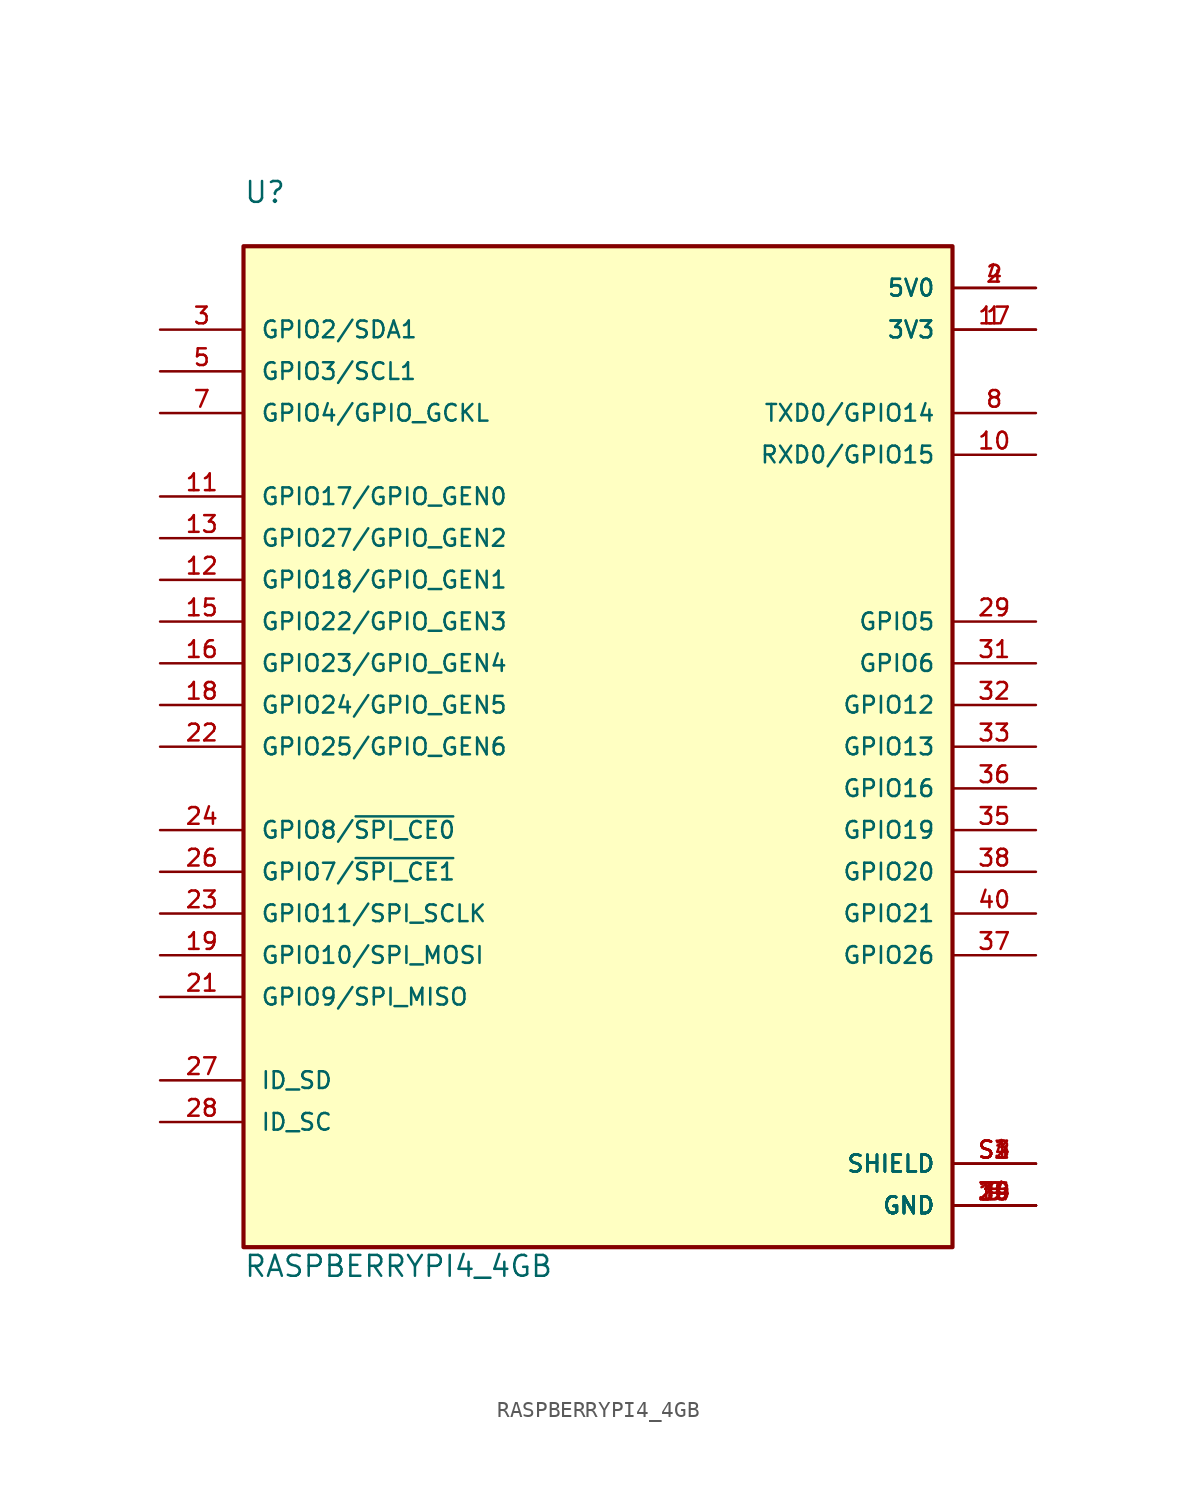
<source format=kicad_sym>
(kicad_symbol_lib
  (version 20211014)
  (generator kicad_symbol_editor)
  (symbol "RASPBERRYPI4_4GB"
    (pin_names
      (offset 1.016))
    (property "Reference" "U"
      (at -22.86 27.94 0)
      (effects (font (size 1.27 1.27)) (justify left bottom)))
    (property "Value" "RASPBERRYPI4_4GB"
      (at -22.86 -37.465 0)
      (effects (font (size 1.27 1.27)) (justify left bottom)))
    (property "ki_locked" ""
      (at 0 0 0)
      (effects (font (size 1.27 1.27))))
    (symbol "RASPBERRYPI4_4GB_0_0"
      (rectangle (start -22.86 -35.56) (end 20.32 25.4) (stroke (width 0.254) (type default) (color 0 0 0 0)) (fill (type background)))
      (pin power_in line (at 25.4 20.32 180) (length 5.08) (name "3V3" (effects (font (size 1.016 1.016)))) (number "1" (effects (font (size 1.016 1.016)))))
      (pin bidirectional line (at 25.4 12.7 180) (length 5.08) (name "RXD0/GPIO15" (effects (font (size 1.016 1.016)))) (number "10" (effects (font (size 1.016 1.016)))))
      (pin bidirectional line (at -27.94 10.16 0) (length 5.08) (name "GPIO17/GPIO_GEN0" (effects (font (size 1.016 1.016)))) (number "11" (effects (font (size 1.016 1.016)))))
      (pin bidirectional line (at -27.94 5.08 0) (length 5.08) (name "GPIO18/GPIO_GEN1" (effects (font (size 1.016 1.016)))) (number "12" (effects (font (size 1.016 1.016)))))
      (pin bidirectional line (at -27.94 7.62 0) (length 5.08) (name "GPIO27/GPIO_GEN2" (effects (font (size 1.016 1.016)))) (number "13" (effects (font (size 1.016 1.016)))))
      (pin power_in line (at 25.4 -33.02 180) (length 5.08) (name "GND" (effects (font (size 1.016 1.016)))) (number "14" (effects (font (size 1.016 1.016)))))
      (pin bidirectional line (at -27.94 2.54 0) (length 5.08) (name "GPIO22/GPIO_GEN3" (effects (font (size 1.016 1.016)))) (number "15" (effects (font (size 1.016 1.016)))))
      (pin bidirectional line (at -27.94 0 0) (length 5.08) (name "GPIO23/GPIO_GEN4" (effects (font (size 1.016 1.016)))) (number "16" (effects (font (size 1.016 1.016)))))
      (pin power_in line (at 25.4 20.32 180) (length 5.08) (name "3V3" (effects (font (size 1.016 1.016)))) (number "17" (effects (font (size 1.016 1.016)))))
      (pin bidirectional line (at -27.94 -2.54 0) (length 5.08) (name "GPIO24/GPIO_GEN5" (effects (font (size 1.016 1.016)))) (number "18" (effects (font (size 1.016 1.016)))))
      (pin bidirectional line (at -27.94 -17.78 0) (length 5.08) (name "GPIO10/SPI_MOSI" (effects (font (size 1.016 1.016)))) (number "19" (effects (font (size 1.016 1.016)))))
      (pin power_in line (at 25.4 22.86 180) (length 5.08) (name "5V0" (effects (font (size 1.016 1.016)))) (number "2" (effects (font (size 1.016 1.016)))))
      (pin power_in line (at 25.4 -33.02 180) (length 5.08) (name "GND" (effects (font (size 1.016 1.016)))) (number "20" (effects (font (size 1.016 1.016)))))
      (pin bidirectional line (at -27.94 -20.32 0) (length 5.08) (name "GPIO9/SPI_MISO" (effects (font (size 1.016 1.016)))) (number "21" (effects (font (size 1.016 1.016)))))
      (pin bidirectional line (at -27.94 -5.08 0) (length 5.08) (name "GPIO25/GPIO_GEN6" (effects (font (size 1.016 1.016)))) (number "22" (effects (font (size 1.016 1.016)))))
      (pin bidirectional line (at -27.94 -15.24 0) (length 5.08) (name "GPIO11/SPI_SCLK" (effects (font (size 1.016 1.016)))) (number "23" (effects (font (size 1.016 1.016)))))
      (pin bidirectional line (at -27.94 -10.16 0) (length 5.08) (name "GPIO8/~{SPI_CE0}" (effects (font (size 1.016 1.016)))) (number "24" (effects (font (size 1.016 1.016)))))
      (pin power_in line (at 25.4 -33.02 180) (length 5.08) (name "GND" (effects (font (size 1.016 1.016)))) (number "25" (effects (font (size 1.016 1.016)))))
      (pin bidirectional line (at -27.94 -12.7 0) (length 5.08) (name "GPIO7/~{SPI_CE1}" (effects (font (size 1.016 1.016)))) (number "26" (effects (font (size 1.016 1.016)))))
      (pin bidirectional line (at -27.94 -25.4 0) (length 5.08) (name "ID_SD" (effects (font (size 1.016 1.016)))) (number "27" (effects (font (size 1.016 1.016)))))
      (pin bidirectional line (at -27.94 -27.94 0) (length 5.08) (name "ID_SC" (effects (font (size 1.016 1.016)))) (number "28" (effects (font (size 1.016 1.016)))))
      (pin bidirectional line (at 25.4 2.54 180) (length 5.08) (name "GPIO5" (effects (font (size 1.016 1.016)))) (number "29" (effects (font (size 1.016 1.016)))))
      (pin bidirectional line (at -27.94 20.32 0) (length 5.08) (name "GPIO2/SDA1" (effects (font (size 1.016 1.016)))) (number "3" (effects (font (size 1.016 1.016)))))
      (pin power_in line (at 25.4 -33.02 180) (length 5.08) (name "GND" (effects (font (size 1.016 1.016)))) (number "30" (effects (font (size 1.016 1.016)))))
      (pin bidirectional line (at 25.4 0 180) (length 5.08) (name "GPIO6" (effects (font (size 1.016 1.016)))) (number "31" (effects (font (size 1.016 1.016)))))
      (pin bidirectional line (at 25.4 -2.54 180) (length 5.08) (name "GPIO12" (effects (font (size 1.016 1.016)))) (number "32" (effects (font (size 1.016 1.016)))))
      (pin bidirectional line (at 25.4 -5.08 180) (length 5.08) (name "GPIO13" (effects (font (size 1.016 1.016)))) (number "33" (effects (font (size 1.016 1.016)))))
      (pin power_in line (at 25.4 -33.02 180) (length 5.08) (name "GND" (effects (font (size 1.016 1.016)))) (number "34" (effects (font (size 1.016 1.016)))))
      (pin bidirectional line (at 25.4 -10.16 180) (length 5.08) (name "GPIO19" (effects (font (size 1.016 1.016)))) (number "35" (effects (font (size 1.016 1.016)))))
      (pin bidirectional line (at 25.4 -7.62 180) (length 5.08) (name "GPIO16" (effects (font (size 1.016 1.016)))) (number "36" (effects (font (size 1.016 1.016)))))
      (pin bidirectional line (at 25.4 -17.78 180) (length 5.08) (name "GPIO26" (effects (font (size 1.016 1.016)))) (number "37" (effects (font (size 1.016 1.016)))))
      (pin bidirectional line (at 25.4 -12.7 180) (length 5.08) (name "GPIO20" (effects (font (size 1.016 1.016)))) (number "38" (effects (font (size 1.016 1.016)))))
      (pin power_in line (at 25.4 -33.02 180) (length 5.08) (name "GND" (effects (font (size 1.016 1.016)))) (number "39" (effects (font (size 1.016 1.016)))))
      (pin power_in line (at 25.4 22.86 180) (length 5.08) (name "5V0" (effects (font (size 1.016 1.016)))) (number "4" (effects (font (size 1.016 1.016)))))
      (pin bidirectional line (at 25.4 -15.24 180) (length 5.08) (name "GPIO21" (effects (font (size 1.016 1.016)))) (number "40" (effects (font (size 1.016 1.016)))))
      (pin bidirectional line (at -27.94 17.78 0) (length 5.08) (name "GPIO3/SCL1" (effects (font (size 1.016 1.016)))) (number "5" (effects (font (size 1.016 1.016)))))
      (pin power_in line (at 25.4 -33.02 180) (length 5.08) (name "GND" (effects (font (size 1.016 1.016)))) (number "6" (effects (font (size 1.016 1.016)))))
      (pin bidirectional line (at -27.94 15.24 0) (length 5.08) (name "GPIO4/GPIO_GCKL" (effects (font (size 1.016 1.016)))) (number "7" (effects (font (size 1.016 1.016)))))
      (pin bidirectional line (at 25.4 15.24 180) (length 5.08) (name "TXD0/GPIO14" (effects (font (size 1.016 1.016)))) (number "8" (effects (font (size 1.016 1.016)))))
      (pin power_in line (at 25.4 -33.02 180) (length 5.08) (name "GND" (effects (font (size 1.016 1.016)))) (number "9" (effects (font (size 1.016 1.016)))))
      (pin power_in line (at 25.4 -30.48 180) (length 5.08) (name "SHIELD" (effects (font (size 1.016 1.016)))) (number "S1" (effects (font (size 1.016 1.016)))))
      (pin power_in line (at 25.4 -30.48 180) (length 5.08) (name "SHIELD" (effects (font (size 1.016 1.016)))) (number "S2" (effects (font (size 1.016 1.016)))))
      (pin power_in line (at 25.4 -30.48 180) (length 5.08) (name "SHIELD" (effects (font (size 1.016 1.016)))) (number "S3" (effects (font (size 1.016 1.016)))))
      (pin power_in line (at 25.4 -30.48 180) (length 5.08) (name "SHIELD" (effects (font (size 1.016 1.016)))) (number "S4" (effects (font (size 1.016 1.016))))))))
</source>
